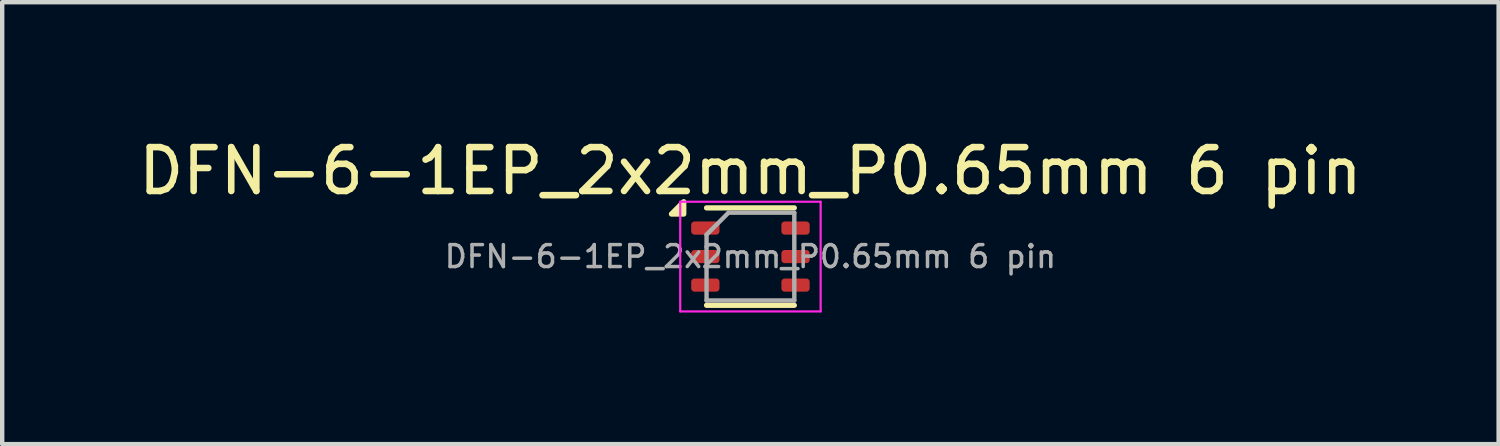
<source format=kicad_pcb>
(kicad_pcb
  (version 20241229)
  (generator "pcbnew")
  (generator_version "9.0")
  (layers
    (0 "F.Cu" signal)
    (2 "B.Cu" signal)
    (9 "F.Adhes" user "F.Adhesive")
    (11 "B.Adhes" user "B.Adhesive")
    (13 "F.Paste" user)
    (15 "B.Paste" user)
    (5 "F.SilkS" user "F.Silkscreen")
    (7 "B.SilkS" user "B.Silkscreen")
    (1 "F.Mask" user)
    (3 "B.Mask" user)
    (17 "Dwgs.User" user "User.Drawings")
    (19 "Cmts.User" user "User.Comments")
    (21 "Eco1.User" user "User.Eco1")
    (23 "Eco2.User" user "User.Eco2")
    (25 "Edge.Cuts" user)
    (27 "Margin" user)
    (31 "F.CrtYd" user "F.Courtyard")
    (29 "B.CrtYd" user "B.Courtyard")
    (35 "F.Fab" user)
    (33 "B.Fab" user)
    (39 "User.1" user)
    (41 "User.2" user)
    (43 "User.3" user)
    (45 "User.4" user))
  (footprint "DFN-6-1EP_2x2mm_P0.65mm 6 pin"
    (layer "F.Cu")
    (at 14.054 2.798)
    (property "Reference" "DFN-6-1EP_2x2mm_P0.65mm 6 pin" (at 0 -1.95 0) (layer "F.SilkS") (effects (font (size 1 1) (thickness 0.15))))
    (attr smd)
    (fp_line (start -1 -1.11) (end 1 -1.11) (stroke (width 0.12) (type solid)) (layer "F.SilkS"))
    (fp_line (start -1 1.11) (end 1 1.11) (stroke (width 0.12) (type solid)) (layer "F.SilkS"))
    (fp_poly (pts (xy -1.52 -0.97) (xy -1.8 -0.97) (xy -1.52 -1.25) (xy -1.52 -0.97)) (stroke (width 0.12) (type solid)) (fill yes) (layer "F.SilkS"))
    (fp_line (start -1.6 -1.25) (end -1.6 1.25) (stroke (width 0.05) (type solid)) (layer "F.CrtYd"))
    (fp_line (start -1.6 1.25) (end 1.6 1.25) (stroke (width 0.05) (type solid)) (layer "F.CrtYd"))
    (fp_line (start 1.6 -1.25) (end -1.6 -1.25) (stroke (width 0.05) (type solid)) (layer "F.CrtYd"))
    (fp_line (start 1.6 1.25) (end 1.6 -1.25) (stroke (width 0.05) (type solid)) (layer "F.CrtYd"))
    (fp_line (start -1 -0.5) (end -0.5 -1) (stroke (width 0.1) (type solid)) (layer "F.Fab"))
    (fp_line (start -1 1) (end -1 -0.5) (stroke (width 0.1) (type solid)) (layer "F.Fab"))
    (fp_line (start -0.5 -1) (end 1 -1) (stroke (width 0.1) (type solid)) (layer "F.Fab"))
    (fp_line (start 1 -1) (end 1 1) (stroke (width 0.1) (type solid)) (layer "F.Fab"))
    (fp_line (start 1 1) (end -1 1) (stroke (width 0.1) (type solid)) (layer "F.Fab"))
    (fp_text user "${REFERENCE}" (at 0 0 0) (layer "F.Fab") (effects (font (size 0.5 0.5) (thickness 0.08))))
    (pad "1" smd roundrect (at -1.028 -0.65) (size 0.645 0.3) (layers "F.Cu" "F.Mask" "F.Paste") (roundrect_rratio 0.25))
    (pad "2" smd roundrect (at -1.028 0) (size 0.645 0.3) (layers "F.Cu" "F.Mask" "F.Paste") (roundrect_rratio 0.25))
    (pad "3" smd roundrect (at -1.028 0.65) (size 0.645 0.3) (layers "F.Cu" "F.Mask" "F.Paste") (roundrect_rratio 0.25))
    (pad "4" smd roundrect (at 1.028 0.65) (size 0.645 0.3) (layers "F.Cu" "F.Mask" "F.Paste") (roundrect_rratio 0.25))
    (pad "5" smd roundrect (at 1.028 0) (size 0.645 0.3) (layers "F.Cu" "F.Mask" "F.Paste") (roundrect_rratio 0.25))
    (pad "6" smd roundrect (at 1.028 -0.65) (size 0.645 0.3) (layers "F.Cu" "F.Mask" "F.Paste") (roundrect_rratio 0.25)))
  (gr_rect
    (start -3 -3)
    (end 31.107 7.073)
    (stroke (width 0.1) (type default))
    (fill no)
    (layer "Edge.Cuts")))
</source>
